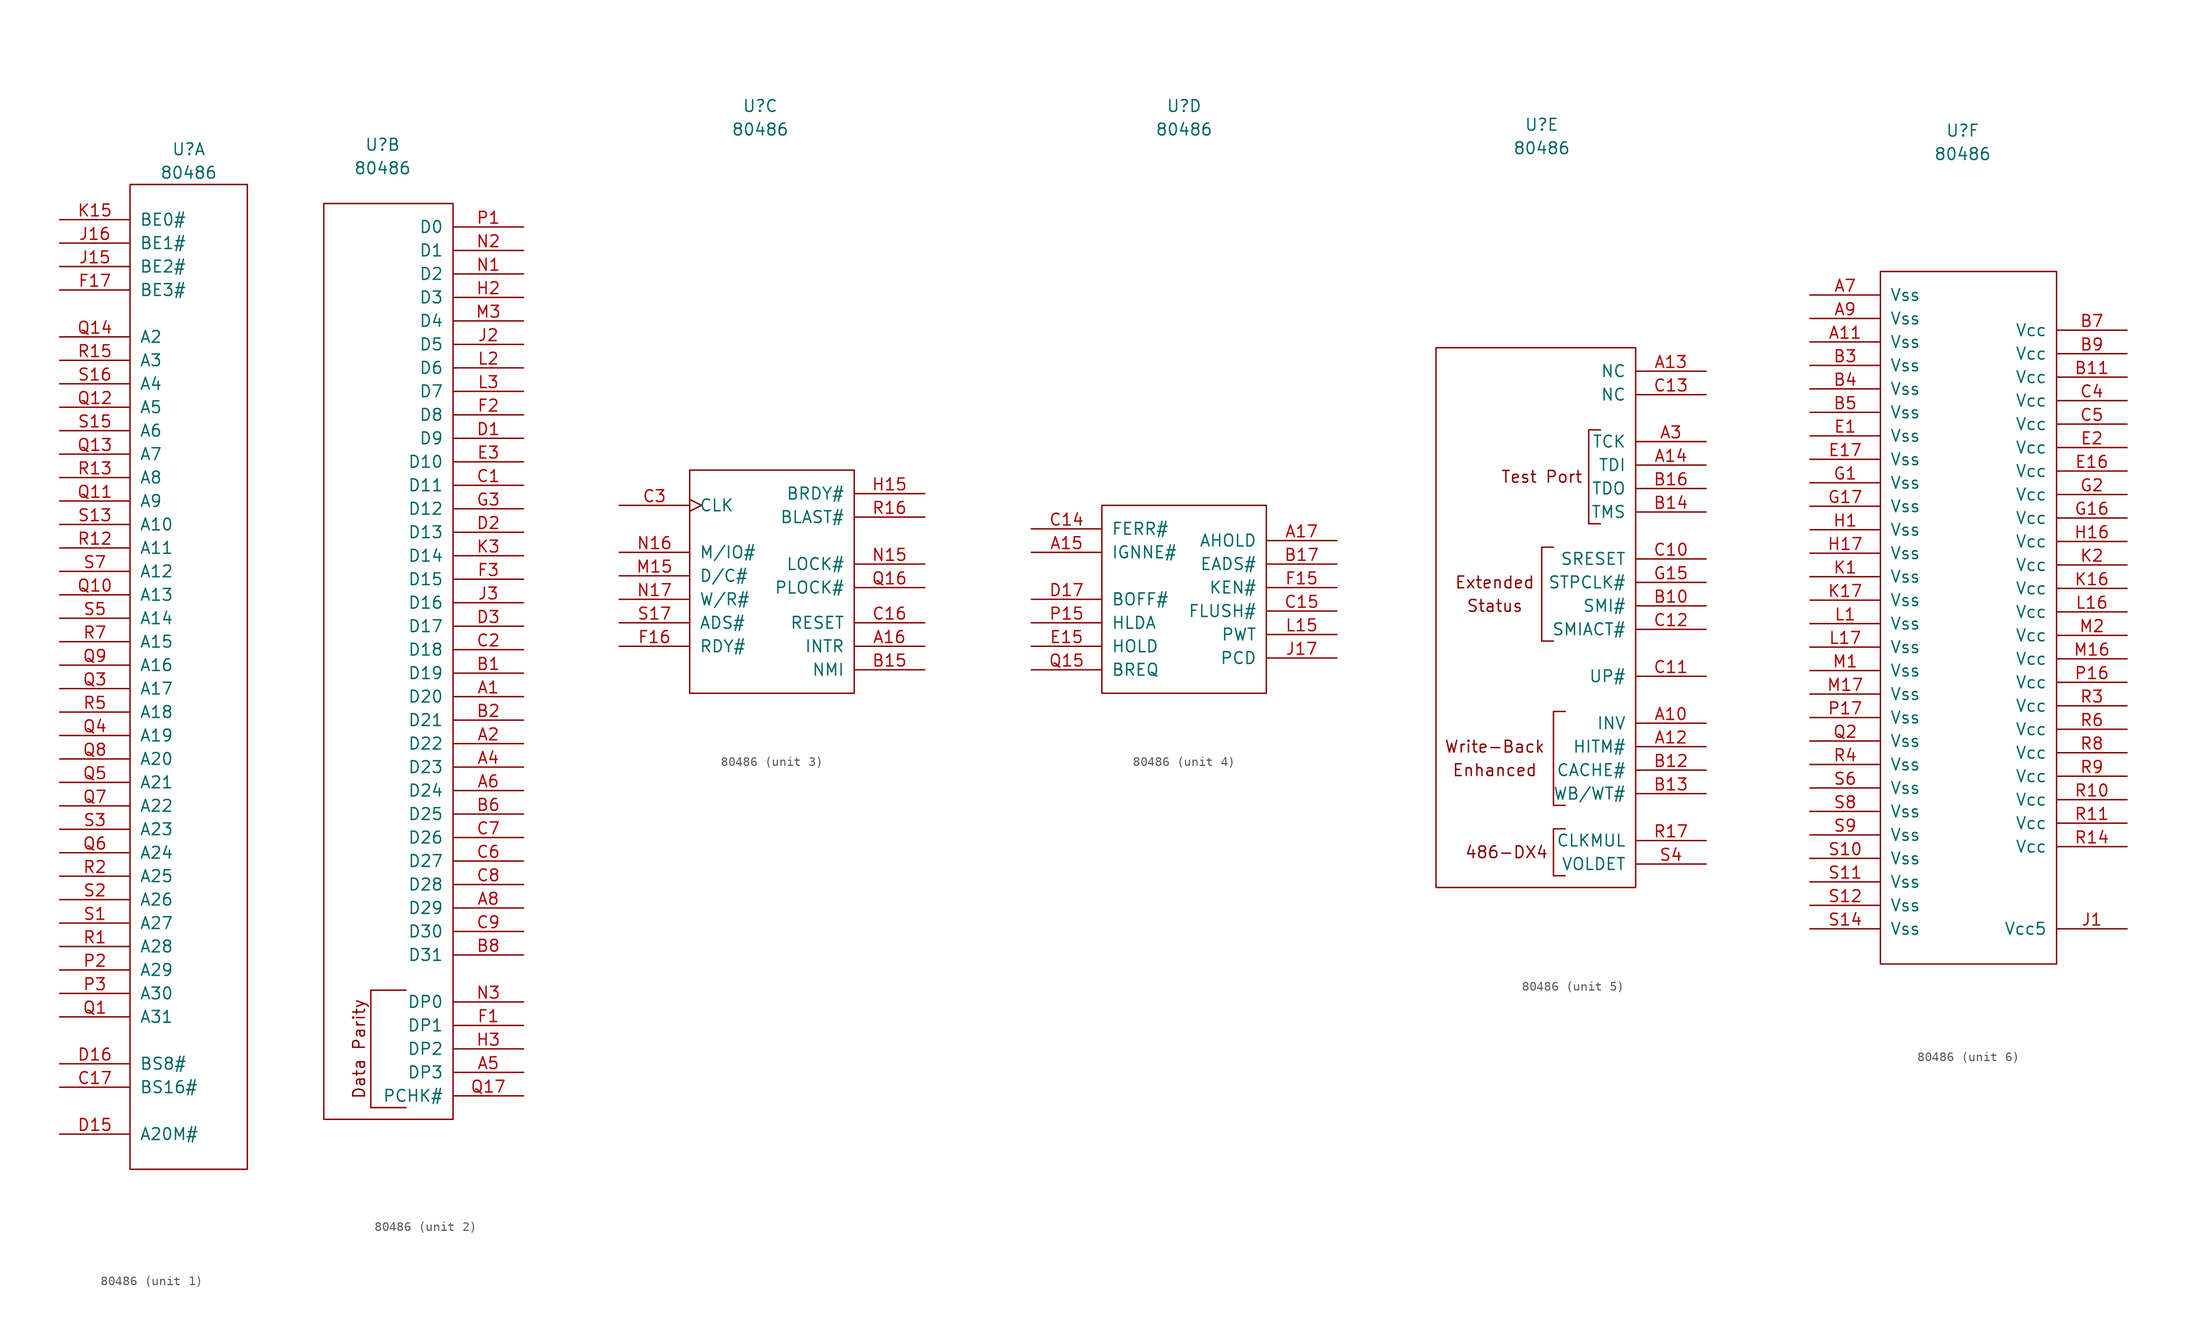
<source format=kicad_sym>
(kicad_symbol_lib
  (version 20211014)
  (generator kicad_symbol_editor)
  (symbol "80486"
    (pin_names
      (offset 1.016))
    (property "Reference" "U"
      (at 0 53.34 0)
      (effects (font (size 1.27 1.27))))
    (property "Value" "80486"
      (at 0 50.8 0)
      (effects (font (size 1.27 1.27))))
    (property "ki_locked" ""
      (at 0 0 0)
      (effects (font (size 1.27 1.27))))
    (symbol "80486_1_1"
      (rectangle (start -6.35 49.53) (end 6.35 -57.15) (stroke (width 0) (type default) (color 0 0 0 0)) (fill (type none)))
      (pin input line (at -13.97 -48.26 0) (length 7.62) (name "BS16#" (effects (font (size 1.27 1.27)))) (number "C17" (effects (font (size 1.27 1.27)))))
      (pin input line (at -13.97 -53.34 0) (length 7.62) (name "A20M#" (effects (font (size 1.27 1.27)))) (number "D15" (effects (font (size 1.27 1.27)))))
      (pin input line (at -13.97 -45.72 0) (length 7.62) (name "BS8#" (effects (font (size 1.27 1.27)))) (number "D16" (effects (font (size 1.27 1.27)))))
      (pin output line (at -13.97 38.1 0) (length 7.62) (name "BE3#" (effects (font (size 1.27 1.27)))) (number "F17" (effects (font (size 1.27 1.27)))))
      (pin output line (at -13.97 40.64 0) (length 7.62) (name "BE2#" (effects (font (size 1.27 1.27)))) (number "J15" (effects (font (size 1.27 1.27)))))
      (pin output line (at -13.97 43.18 0) (length 7.62) (name "BE1#" (effects (font (size 1.27 1.27)))) (number "J16" (effects (font (size 1.27 1.27)))))
      (pin output line (at -13.97 45.72 0) (length 7.62) (name "BE0#" (effects (font (size 1.27 1.27)))) (number "K15" (effects (font (size 1.27 1.27)))))
      (pin bidirectional line (at -13.97 -35.56 0) (length 7.62) (name "A29" (effects (font (size 1.27 1.27)))) (number "P2" (effects (font (size 1.27 1.27)))))
      (pin bidirectional line (at -13.97 -38.1 0) (length 7.62) (name "A30" (effects (font (size 1.27 1.27)))) (number "P3" (effects (font (size 1.27 1.27)))))
      (pin bidirectional line (at -13.97 -40.64 0) (length 7.62) (name "A31" (effects (font (size 1.27 1.27)))) (number "Q1" (effects (font (size 1.27 1.27)))))
      (pin bidirectional line (at -13.97 5.08 0) (length 7.62) (name "A13" (effects (font (size 1.27 1.27)))) (number "Q10" (effects (font (size 1.27 1.27)))))
      (pin bidirectional line (at -13.97 15.24 0) (length 7.62) (name "A9" (effects (font (size 1.27 1.27)))) (number "Q11" (effects (font (size 1.27 1.27)))))
      (pin bidirectional line (at -13.97 25.4 0) (length 7.62) (name "A5" (effects (font (size 1.27 1.27)))) (number "Q12" (effects (font (size 1.27 1.27)))))
      (pin bidirectional line (at -13.97 20.32 0) (length 7.62) (name "A7" (effects (font (size 1.27 1.27)))) (number "Q13" (effects (font (size 1.27 1.27)))))
      (pin output line (at -13.97 33.02 0) (length 7.62) (name "A2" (effects (font (size 1.27 1.27)))) (number "Q14" (effects (font (size 1.27 1.27)))))
      (pin bidirectional line (at -13.97 -5.08 0) (length 7.62) (name "A17" (effects (font (size 1.27 1.27)))) (number "Q3" (effects (font (size 1.27 1.27)))))
      (pin bidirectional line (at -13.97 -10.16 0) (length 7.62) (name "A19" (effects (font (size 1.27 1.27)))) (number "Q4" (effects (font (size 1.27 1.27)))))
      (pin bidirectional line (at -13.97 -15.24 0) (length 7.62) (name "A21" (effects (font (size 1.27 1.27)))) (number "Q5" (effects (font (size 1.27 1.27)))))
      (pin bidirectional line (at -13.97 -22.86 0) (length 7.62) (name "A24" (effects (font (size 1.27 1.27)))) (number "Q6" (effects (font (size 1.27 1.27)))))
      (pin bidirectional line (at -13.97 -17.78 0) (length 7.62) (name "A22" (effects (font (size 1.27 1.27)))) (number "Q7" (effects (font (size 1.27 1.27)))))
      (pin bidirectional line (at -13.97 -12.7 0) (length 7.62) (name "A20" (effects (font (size 1.27 1.27)))) (number "Q8" (effects (font (size 1.27 1.27)))))
      (pin bidirectional line (at -13.97 -2.54 0) (length 7.62) (name "A16" (effects (font (size 1.27 1.27)))) (number "Q9" (effects (font (size 1.27 1.27)))))
      (pin bidirectional line (at -13.97 -33.02 0) (length 7.62) (name "A28" (effects (font (size 1.27 1.27)))) (number "R1" (effects (font (size 1.27 1.27)))))
      (pin bidirectional line (at -13.97 10.16 0) (length 7.62) (name "A11" (effects (font (size 1.27 1.27)))) (number "R12" (effects (font (size 1.27 1.27)))))
      (pin bidirectional line (at -13.97 17.78 0) (length 7.62) (name "A8" (effects (font (size 1.27 1.27)))) (number "R13" (effects (font (size 1.27 1.27)))))
      (pin output line (at -13.97 30.48 0) (length 7.62) (name "A3" (effects (font (size 1.27 1.27)))) (number "R15" (effects (font (size 1.27 1.27)))))
      (pin bidirectional line (at -13.97 -25.4 0) (length 7.62) (name "A25" (effects (font (size 1.27 1.27)))) (number "R2" (effects (font (size 1.27 1.27)))))
      (pin bidirectional line (at -13.97 -7.62 0) (length 7.62) (name "A18" (effects (font (size 1.27 1.27)))) (number "R5" (effects (font (size 1.27 1.27)))))
      (pin bidirectional line (at -13.97 0 0) (length 7.62) (name "A15" (effects (font (size 1.27 1.27)))) (number "R7" (effects (font (size 1.27 1.27)))))
      (pin bidirectional line (at -13.97 -30.48 0) (length 7.62) (name "A27" (effects (font (size 1.27 1.27)))) (number "S1" (effects (font (size 1.27 1.27)))))
      (pin bidirectional line (at -13.97 12.7 0) (length 7.62) (name "A10" (effects (font (size 1.27 1.27)))) (number "S13" (effects (font (size 1.27 1.27)))))
      (pin bidirectional line (at -13.97 22.86 0) (length 7.62) (name "A6" (effects (font (size 1.27 1.27)))) (number "S15" (effects (font (size 1.27 1.27)))))
      (pin bidirectional line (at -13.97 27.94 0) (length 7.62) (name "A4" (effects (font (size 1.27 1.27)))) (number "S16" (effects (font (size 1.27 1.27)))))
      (pin bidirectional line (at -13.97 -27.94 0) (length 7.62) (name "A26" (effects (font (size 1.27 1.27)))) (number "S2" (effects (font (size 1.27 1.27)))))
      (pin bidirectional line (at -13.97 -20.32 0) (length 7.62) (name "A23" (effects (font (size 1.27 1.27)))) (number "S3" (effects (font (size 1.27 1.27)))))
      (pin bidirectional line (at -13.97 2.54 0) (length 7.62) (name "A14" (effects (font (size 1.27 1.27)))) (number "S5" (effects (font (size 1.27 1.27)))))
      (pin bidirectional line (at -13.97 7.62 0) (length 7.62) (name "A12" (effects (font (size 1.27 1.27)))) (number "S7" (effects (font (size 1.27 1.27))))))
    (symbol "80486_2_1"
      (polyline (pts (xy 2.54 -38.1) (xy -1.27 -38.1) (xy -1.27 -50.8) (xy 2.54 -50.8)) (stroke (width 0) (type default) (color 0 0 0 0)) (fill (type none)))
      (rectangle (start 7.62 46.99) (end -6.35 -52.07) (stroke (width 0) (type default) (color 0 0 0 0)) (fill (type none)))
      (text "Data Parity" (at -2.54 -44.45 900) (effects (font (size 1.27 1.27))))
      (pin bidirectional line (at 15.24 -6.35 180) (length 7.62) (name "D20" (effects (font (size 1.27 1.27)))) (number "A1" (effects (font (size 1.27 1.27)))))
      (pin bidirectional line (at 15.24 -11.43 180) (length 7.62) (name "D22" (effects (font (size 1.27 1.27)))) (number "A2" (effects (font (size 1.27 1.27)))))
      (pin bidirectional line (at 15.24 -13.97 180) (length 7.62) (name "D23" (effects (font (size 1.27 1.27)))) (number "A4" (effects (font (size 1.27 1.27)))))
      (pin bidirectional line (at 15.24 -46.99 180) (length 7.62) (name "DP3" (effects (font (size 1.27 1.27)))) (number "A5" (effects (font (size 1.27 1.27)))))
      (pin bidirectional line (at 15.24 -16.51 180) (length 7.62) (name "D24" (effects (font (size 1.27 1.27)))) (number "A6" (effects (font (size 1.27 1.27)))))
      (pin bidirectional line (at 15.24 -29.21 180) (length 7.62) (name "D29" (effects (font (size 1.27 1.27)))) (number "A8" (effects (font (size 1.27 1.27)))))
      (pin bidirectional line (at 15.24 -3.81 180) (length 7.62) (name "D19" (effects (font (size 1.27 1.27)))) (number "B1" (effects (font (size 1.27 1.27)))))
      (pin bidirectional line (at 15.24 -8.89 180) (length 7.62) (name "D21" (effects (font (size 1.27 1.27)))) (number "B2" (effects (font (size 1.27 1.27)))))
      (pin bidirectional line (at 15.24 -19.05 180) (length 7.62) (name "D25" (effects (font (size 1.27 1.27)))) (number "B6" (effects (font (size 1.27 1.27)))))
      (pin bidirectional line (at 15.24 -34.29 180) (length 7.62) (name "D31" (effects (font (size 1.27 1.27)))) (number "B8" (effects (font (size 1.27 1.27)))))
      (pin bidirectional line (at 15.24 16.51 180) (length 7.62) (name "D11" (effects (font (size 1.27 1.27)))) (number "C1" (effects (font (size 1.27 1.27)))))
      (pin bidirectional line (at 15.24 -1.27 180) (length 7.62) (name "D18" (effects (font (size 1.27 1.27)))) (number "C2" (effects (font (size 1.27 1.27)))))
      (pin bidirectional line (at 15.24 -24.13 180) (length 7.62) (name "D27" (effects (font (size 1.27 1.27)))) (number "C6" (effects (font (size 1.27 1.27)))))
      (pin bidirectional line (at 15.24 -21.59 180) (length 7.62) (name "D26" (effects (font (size 1.27 1.27)))) (number "C7" (effects (font (size 1.27 1.27)))))
      (pin bidirectional line (at 15.24 -26.67 180) (length 7.62) (name "D28" (effects (font (size 1.27 1.27)))) (number "C8" (effects (font (size 1.27 1.27)))))
      (pin bidirectional line (at 15.24 -31.75 180) (length 7.62) (name "D30" (effects (font (size 1.27 1.27)))) (number "C9" (effects (font (size 1.27 1.27)))))
      (pin bidirectional line (at 15.24 21.59 180) (length 7.62) (name "D9" (effects (font (size 1.27 1.27)))) (number "D1" (effects (font (size 1.27 1.27)))))
      (pin bidirectional line (at 15.24 11.43 180) (length 7.62) (name "D13" (effects (font (size 1.27 1.27)))) (number "D2" (effects (font (size 1.27 1.27)))))
      (pin bidirectional line (at 15.24 1.27 180) (length 7.62) (name "D17" (effects (font (size 1.27 1.27)))) (number "D3" (effects (font (size 1.27 1.27)))))
      (pin bidirectional line (at 15.24 19.05 180) (length 7.62) (name "D10" (effects (font (size 1.27 1.27)))) (number "E3" (effects (font (size 1.27 1.27)))))
      (pin bidirectional line (at 15.24 -41.91 180) (length 7.62) (name "DP1" (effects (font (size 1.27 1.27)))) (number "F1" (effects (font (size 1.27 1.27)))))
      (pin bidirectional line (at 15.24 24.13 180) (length 7.62) (name "D8" (effects (font (size 1.27 1.27)))) (number "F2" (effects (font (size 1.27 1.27)))))
      (pin bidirectional line (at 15.24 6.35 180) (length 7.62) (name "D15" (effects (font (size 1.27 1.27)))) (number "F3" (effects (font (size 1.27 1.27)))))
      (pin bidirectional line (at 15.24 13.97 180) (length 7.62) (name "D12" (effects (font (size 1.27 1.27)))) (number "G3" (effects (font (size 1.27 1.27)))))
      (pin bidirectional line (at 15.24 36.83 180) (length 7.62) (name "D3" (effects (font (size 1.27 1.27)))) (number "H2" (effects (font (size 1.27 1.27)))))
      (pin bidirectional line (at 15.24 -44.45 180) (length 7.62) (name "DP2" (effects (font (size 1.27 1.27)))) (number "H3" (effects (font (size 1.27 1.27)))))
      (pin bidirectional line (at 15.24 31.75 180) (length 7.62) (name "D5" (effects (font (size 1.27 1.27)))) (number "J2" (effects (font (size 1.27 1.27)))))
      (pin bidirectional line (at 15.24 3.81 180) (length 7.62) (name "D16" (effects (font (size 1.27 1.27)))) (number "J3" (effects (font (size 1.27 1.27)))))
      (pin bidirectional line (at 15.24 8.89 180) (length 7.62) (name "D14" (effects (font (size 1.27 1.27)))) (number "K3" (effects (font (size 1.27 1.27)))))
      (pin bidirectional line (at 15.24 29.21 180) (length 7.62) (name "D6" (effects (font (size 1.27 1.27)))) (number "L2" (effects (font (size 1.27 1.27)))))
      (pin bidirectional line (at 15.24 26.67 180) (length 7.62) (name "D7" (effects (font (size 1.27 1.27)))) (number "L3" (effects (font (size 1.27 1.27)))))
      (pin bidirectional line (at 15.24 34.29 180) (length 7.62) (name "D4" (effects (font (size 1.27 1.27)))) (number "M3" (effects (font (size 1.27 1.27)))))
      (pin bidirectional line (at 15.24 39.37 180) (length 7.62) (name "D2" (effects (font (size 1.27 1.27)))) (number "N1" (effects (font (size 1.27 1.27)))))
      (pin bidirectional line (at 15.24 41.91 180) (length 7.62) (name "D1" (effects (font (size 1.27 1.27)))) (number "N2" (effects (font (size 1.27 1.27)))))
      (pin bidirectional line (at 15.24 -39.37 180) (length 7.62) (name "DP0" (effects (font (size 1.27 1.27)))) (number "N3" (effects (font (size 1.27 1.27)))))
      (pin bidirectional line (at 15.24 44.45 180) (length 7.62) (name "D0" (effects (font (size 1.27 1.27)))) (number "P1" (effects (font (size 1.27 1.27)))))
      (pin output line (at 15.24 -49.53 180) (length 7.62) (name "PCHK#" (effects (font (size 1.27 1.27)))) (number "Q17" (effects (font (size 1.27 1.27))))))
    (symbol "80486_3_1"
      (rectangle (start -7.62 13.97) (end 10.16 -10.16) (stroke (width 0) (type default) (color 0 0 0 0)) (fill (type none)))
      (pin input line (at 17.78 -5.08 180) (length 7.62) (name "INTR" (effects (font (size 1.27 1.27)))) (number "A16" (effects (font (size 1.27 1.27)))))
      (pin input line (at 17.78 -7.62 180) (length 7.62) (name "NMI" (effects (font (size 1.27 1.27)))) (number "B15" (effects (font (size 1.27 1.27)))))
      (pin input line (at 17.78 -2.54 180) (length 7.62) (name "RESET" (effects (font (size 1.27 1.27)))) (number "C16" (effects (font (size 1.27 1.27)))))
      (pin input clock (at -15.24 10.16 0) (length 7.62) (name "CLK" (effects (font (size 1.27 1.27)))) (number "C3" (effects (font (size 1.27 1.27)))))
      (pin input line (at -15.24 -5.08 0) (length 7.62) (name "RDY#" (effects (font (size 1.27 1.27)))) (number "F16" (effects (font (size 1.27 1.27)))))
      (pin input line (at 17.78 11.43 180) (length 7.62) (name "BRDY#" (effects (font (size 1.27 1.27)))) (number "H15" (effects (font (size 1.27 1.27)))))
      (pin output line (at -15.24 2.54 0) (length 7.62) (name "D/C#" (effects (font (size 1.27 1.27)))) (number "M15" (effects (font (size 1.27 1.27)))))
      (pin output line (at 17.78 3.81 180) (length 7.62) (name "LOCK#" (effects (font (size 1.27 1.27)))) (number "N15" (effects (font (size 1.27 1.27)))))
      (pin output line (at -15.24 5.08 0) (length 7.62) (name "M/IO#" (effects (font (size 1.27 1.27)))) (number "N16" (effects (font (size 1.27 1.27)))))
      (pin output line (at -15.24 0 0) (length 7.62) (name "W/R#" (effects (font (size 1.27 1.27)))) (number "N17" (effects (font (size 1.27 1.27)))))
      (pin output line (at 17.78 1.27 180) (length 7.62) (name "PLOCK#" (effects (font (size 1.27 1.27)))) (number "Q16" (effects (font (size 1.27 1.27)))))
      (pin output line (at 17.78 8.89 180) (length 7.62) (name "BLAST#" (effects (font (size 1.27 1.27)))) (number "R16" (effects (font (size 1.27 1.27)))))
      (pin output line (at -15.24 -2.54 0) (length 7.62) (name "ADS#" (effects (font (size 1.27 1.27)))) (number "S17" (effects (font (size 1.27 1.27))))))
    (symbol "80486_4_1"
      (rectangle (start -8.89 10.16) (end 8.89 -10.16) (stroke (width 0) (type default) (color 0 0 0 0)) (fill (type none)))
      (pin input line (at -16.51 5.08 0) (length 7.62) (name "IGNNE#" (effects (font (size 1.27 1.27)))) (number "A15" (effects (font (size 1.27 1.27)))))
      (pin input line (at 16.51 6.35 180) (length 7.62) (name "AHOLD" (effects (font (size 1.27 1.27)))) (number "A17" (effects (font (size 1.27 1.27)))))
      (pin input line (at 16.51 3.81 180) (length 7.62) (name "EADS#" (effects (font (size 1.27 1.27)))) (number "B17" (effects (font (size 1.27 1.27)))))
      (pin output line (at -16.51 7.62 0) (length 7.62) (name "FERR#" (effects (font (size 1.27 1.27)))) (number "C14" (effects (font (size 1.27 1.27)))))
      (pin input line (at 16.51 -1.27 180) (length 7.62) (name "FLUSH#" (effects (font (size 1.27 1.27)))) (number "C15" (effects (font (size 1.27 1.27)))))
      (pin input line (at -16.51 0 0) (length 7.62) (name "BOFF#" (effects (font (size 1.27 1.27)))) (number "D17" (effects (font (size 1.27 1.27)))))
      (pin input line (at -16.51 -5.08 0) (length 7.62) (name "HOLD" (effects (font (size 1.27 1.27)))) (number "E15" (effects (font (size 1.27 1.27)))))
      (pin input line (at 16.51 1.27 180) (length 7.62) (name "KEN#" (effects (font (size 1.27 1.27)))) (number "F15" (effects (font (size 1.27 1.27)))))
      (pin output line (at 16.51 -6.35 180) (length 7.62) (name "PCD" (effects (font (size 1.27 1.27)))) (number "J17" (effects (font (size 1.27 1.27)))))
      (pin output line (at 16.51 -3.81 180) (length 7.62) (name "PWT" (effects (font (size 1.27 1.27)))) (number "L15" (effects (font (size 1.27 1.27)))))
      (pin output line (at -16.51 -2.54 0) (length 7.62) (name "HLDA" (effects (font (size 1.27 1.27)))) (number "P15" (effects (font (size 1.27 1.27)))))
      (pin output line (at -16.51 -7.62 0) (length 7.62) (name "BREQ" (effects (font (size 1.27 1.27)))) (number "Q15" (effects (font (size 1.27 1.27))))))
    (symbol "80486_5_0"
      (polyline (pts (xy 2.54 -22.86) (xy 1.27 -22.86) (xy 1.27 -27.94) (xy 2.54 -27.94)) (stroke (width 0.152) (type default) (color 0 0 0 0)) (fill (type none))))
    (symbol "80486_5_1"
      (rectangle (start -11.43 29.21) (end 10.16 -29.21) (stroke (width 0) (type default) (color 0 0 0 0)) (fill (type none)))
      (polyline (pts (xy 1.27 -2.54) (xy 0 -2.54) (xy 0 7.62) (xy 1.27 7.62)) (stroke (width 0.152) (type default) (color 0 0 0 0)) (fill (type none)))
      (polyline (pts (xy 2.54 -20.32) (xy 1.27 -20.32) (xy 1.27 -10.16) (xy 2.54 -10.16)) (stroke (width 0.152) (type default) (color 0 0 0 0)) (fill (type none)))
      (polyline (pts (xy 6.35 10.16) (xy 5.08 10.16) (xy 5.08 20.32) (xy 6.35 20.32)) (stroke (width 0.152) (type default) (color 0 0 0 0)) (fill (type none)))
      (text "486-DX4" (at -3.81 -25.4 0) (effects (font (size 1.27 1.27))))
      (text "Enhanced" (at -5.08 -16.51 0) (effects (font (size 1.27 1.27))))
      (text "Extended" (at -5.08 3.81 0) (effects (font (size 1.27 1.27))))
      (text "Status" (at -5.08 1.27 0) (effects (font (size 1.27 1.27))))
      (text "Test Port" (at 0 15.24 0) (effects (font (size 1.27 1.27))))
      (text "Write-Back" (at -5.08 -13.97 0) (effects (font (size 1.27 1.27))))
      (pin input line (at 17.78 -11.43 180) (length 7.62) (name "INV" (effects (font (size 1.27 1.27)))) (number "A10" (effects (font (size 1.27 1.27)))))
      (pin output line (at 17.78 -13.97 180) (length 7.62) (name "HITM#" (effects (font (size 1.27 1.27)))) (number "A12" (effects (font (size 1.27 1.27)))))
      (pin bidirectional line (at 17.78 26.67 180) (length 7.62) (name "NC" (effects (font (size 1.27 1.27)))) (number "A13" (effects (font (size 1.27 1.27)))))
      (pin input line (at 17.78 16.51 180) (length 7.62) (name "TDI" (effects (font (size 1.27 1.27)))) (number "A14" (effects (font (size 1.27 1.27)))))
      (pin input line (at 17.78 19.05 180) (length 7.62) (name "TCK" (effects (font (size 1.27 1.27)))) (number "A3" (effects (font (size 1.27 1.27)))))
      (pin input line (at 17.78 1.27 180) (length 7.62) (name "SMI#" (effects (font (size 1.27 1.27)))) (number "B10" (effects (font (size 1.27 1.27)))))
      (pin output line (at 17.78 -16.51 180) (length 7.62) (name "CACHE#" (effects (font (size 1.27 1.27)))) (number "B12" (effects (font (size 1.27 1.27)))))
      (pin input line (at 17.78 -19.05 180) (length 7.62) (name "WB/WT#" (effects (font (size 1.27 1.27)))) (number "B13" (effects (font (size 1.27 1.27)))))
      (pin input line (at 17.78 11.43 180) (length 7.62) (name "TMS" (effects (font (size 1.27 1.27)))) (number "B14" (effects (font (size 1.27 1.27)))))
      (pin output line (at 17.78 13.97 180) (length 7.62) (name "TDO" (effects (font (size 1.27 1.27)))) (number "B16" (effects (font (size 1.27 1.27)))))
      (pin input line (at 17.78 6.35 180) (length 7.62) (name "SRESET" (effects (font (size 1.27 1.27)))) (number "C10" (effects (font (size 1.27 1.27)))))
      (pin input line (at 17.78 -6.35 180) (length 7.62) (name "UP#" (effects (font (size 1.27 1.27)))) (number "C11" (effects (font (size 1.27 1.27)))))
      (pin output line (at 17.78 -1.27 180) (length 7.62) (name "SMIACT#" (effects (font (size 1.27 1.27)))) (number "C12" (effects (font (size 1.27 1.27)))))
      (pin bidirectional line (at 17.78 24.13 180) (length 7.62) (name "NC" (effects (font (size 1.27 1.27)))) (number "C13" (effects (font (size 1.27 1.27)))))
      (pin no_connect line (at 0 -30.48 90) (length 7.62) hide (name "Key" (effects (font (size 1.27 1.27)))) (number "D4" (effects (font (size 1.27 1.27)))))
      (pin input line (at 17.78 3.81 180) (length 7.62) (name "STPCLK#" (effects (font (size 1.27 1.27)))) (number "G15" (effects (font (size 1.27 1.27)))))
      (pin input line (at 17.78 -24.13 180) (length 7.62) (name "CLKMUL" (effects (font (size 1.27 1.27)))) (number "R17" (effects (font (size 1.27 1.27)))))
      (pin output line (at 17.78 -26.67 180) (length 7.62) (name "VOLDET" (effects (font (size 1.27 1.27)))) (number "S4" (effects (font (size 1.27 1.27))))))
    (symbol "80486_6_1"
      (rectangle (start -8.89 38.1) (end 10.16 -36.83) (stroke (width 0) (type default) (color 0 0 0 0)) (fill (type none)))
      (pin power_in line (at -16.51 30.48 0) (length 7.62) (name "Vss" (effects (font (size 1.27 1.27)))) (number "A11" (effects (font (size 1.27 1.27)))))
      (pin power_in line (at -16.51 35.56 0) (length 7.62) (name "Vss" (effects (font (size 1.27 1.27)))) (number "A7" (effects (font (size 1.27 1.27)))))
      (pin power_in line (at -16.51 33.02 0) (length 7.62) (name "Vss" (effects (font (size 1.27 1.27)))) (number "A9" (effects (font (size 1.27 1.27)))))
      (pin power_in line (at 17.78 26.67 180) (length 7.62) (name "Vcc" (effects (font (size 1.27 1.27)))) (number "B11" (effects (font (size 1.27 1.27)))))
      (pin power_in line (at -16.51 27.94 0) (length 7.62) (name "Vss" (effects (font (size 1.27 1.27)))) (number "B3" (effects (font (size 1.27 1.27)))))
      (pin power_in line (at -16.51 25.4 0) (length 7.62) (name "Vss" (effects (font (size 1.27 1.27)))) (number "B4" (effects (font (size 1.27 1.27)))))
      (pin power_in line (at -16.51 22.86 0) (length 7.62) (name "Vss" (effects (font (size 1.27 1.27)))) (number "B5" (effects (font (size 1.27 1.27)))))
      (pin power_in line (at 17.78 31.75 180) (length 7.62) (name "Vcc" (effects (font (size 1.27 1.27)))) (number "B7" (effects (font (size 1.27 1.27)))))
      (pin power_in line (at 17.78 29.21 180) (length 7.62) (name "Vcc" (effects (font (size 1.27 1.27)))) (number "B9" (effects (font (size 1.27 1.27)))))
      (pin power_in line (at 17.78 24.13 180) (length 7.62) (name "Vcc" (effects (font (size 1.27 1.27)))) (number "C4" (effects (font (size 1.27 1.27)))))
      (pin power_in line (at 17.78 21.59 180) (length 7.62) (name "Vcc" (effects (font (size 1.27 1.27)))) (number "C5" (effects (font (size 1.27 1.27)))))
      (pin power_in line (at -16.51 20.32 0) (length 7.62) (name "Vss" (effects (font (size 1.27 1.27)))) (number "E1" (effects (font (size 1.27 1.27)))))
      (pin power_in line (at 17.78 16.51 180) (length 7.62) (name "Vcc" (effects (font (size 1.27 1.27)))) (number "E16" (effects (font (size 1.27 1.27)))))
      (pin power_in line (at -16.51 17.78 0) (length 7.62) (name "Vss" (effects (font (size 1.27 1.27)))) (number "E17" (effects (font (size 1.27 1.27)))))
      (pin power_in line (at 17.78 19.05 180) (length 7.62) (name "Vcc" (effects (font (size 1.27 1.27)))) (number "E2" (effects (font (size 1.27 1.27)))))
      (pin power_in line (at -16.51 15.24 0) (length 7.62) (name "Vss" (effects (font (size 1.27 1.27)))) (number "G1" (effects (font (size 1.27 1.27)))))
      (pin power_in line (at 17.78 11.43 180) (length 7.62) (name "Vcc" (effects (font (size 1.27 1.27)))) (number "G16" (effects (font (size 1.27 1.27)))))
      (pin power_in line (at -16.51 12.7 0) (length 7.62) (name "Vss" (effects (font (size 1.27 1.27)))) (number "G17" (effects (font (size 1.27 1.27)))))
      (pin power_in line (at 17.78 13.97 180) (length 7.62) (name "Vcc" (effects (font (size 1.27 1.27)))) (number "G2" (effects (font (size 1.27 1.27)))))
      (pin power_in line (at -16.51 10.16 0) (length 7.62) (name "Vss" (effects (font (size 1.27 1.27)))) (number "H1" (effects (font (size 1.27 1.27)))))
      (pin power_in line (at 17.78 8.89 180) (length 7.62) (name "Vcc" (effects (font (size 1.27 1.27)))) (number "H16" (effects (font (size 1.27 1.27)))))
      (pin power_in line (at -16.51 7.62 0) (length 7.62) (name "Vss" (effects (font (size 1.27 1.27)))) (number "H17" (effects (font (size 1.27 1.27)))))
      (pin power_in line (at 17.78 -33.02 180) (length 7.62) (name "Vcc5" (effects (font (size 1.27 1.27)))) (number "J1" (effects (font (size 1.27 1.27)))))
      (pin power_in line (at -16.51 5.08 0) (length 7.62) (name "Vss" (effects (font (size 1.27 1.27)))) (number "K1" (effects (font (size 1.27 1.27)))))
      (pin power_in line (at 17.78 3.81 180) (length 7.62) (name "Vcc" (effects (font (size 1.27 1.27)))) (number "K16" (effects (font (size 1.27 1.27)))))
      (pin power_in line (at -16.51 2.54 0) (length 7.62) (name "Vss" (effects (font (size 1.27 1.27)))) (number "K17" (effects (font (size 1.27 1.27)))))
      (pin power_in line (at 17.78 6.35 180) (length 7.62) (name "Vcc" (effects (font (size 1.27 1.27)))) (number "K2" (effects (font (size 1.27 1.27)))))
      (pin power_in line (at -16.51 0 0) (length 7.62) (name "Vss" (effects (font (size 1.27 1.27)))) (number "L1" (effects (font (size 1.27 1.27)))))
      (pin power_in line (at 17.78 1.27 180) (length 7.62) (name "Vcc" (effects (font (size 1.27 1.27)))) (number "L16" (effects (font (size 1.27 1.27)))))
      (pin power_in line (at -16.51 -2.54 0) (length 7.62) (name "Vss" (effects (font (size 1.27 1.27)))) (number "L17" (effects (font (size 1.27 1.27)))))
      (pin power_in line (at -16.51 -5.08 0) (length 7.62) (name "Vss" (effects (font (size 1.27 1.27)))) (number "M1" (effects (font (size 1.27 1.27)))))
      (pin power_in line (at 17.78 -3.81 180) (length 7.62) (name "Vcc" (effects (font (size 1.27 1.27)))) (number "M16" (effects (font (size 1.27 1.27)))))
      (pin power_in line (at -16.51 -7.62 0) (length 7.62) (name "Vss" (effects (font (size 1.27 1.27)))) (number "M17" (effects (font (size 1.27 1.27)))))
      (pin power_in line (at 17.78 -1.27 180) (length 7.62) (name "Vcc" (effects (font (size 1.27 1.27)))) (number "M2" (effects (font (size 1.27 1.27)))))
      (pin power_in line (at 17.78 -6.35 180) (length 7.62) (name "Vcc" (effects (font (size 1.27 1.27)))) (number "P16" (effects (font (size 1.27 1.27)))))
      (pin power_in line (at -16.51 -10.16 0) (length 7.62) (name "Vss" (effects (font (size 1.27 1.27)))) (number "P17" (effects (font (size 1.27 1.27)))))
      (pin power_in line (at -16.51 -12.7 0) (length 7.62) (name "Vss" (effects (font (size 1.27 1.27)))) (number "Q2" (effects (font (size 1.27 1.27)))))
      (pin power_in line (at 17.78 -19.05 180) (length 7.62) (name "Vcc" (effects (font (size 1.27 1.27)))) (number "R10" (effects (font (size 1.27 1.27)))))
      (pin power_in line (at 17.78 -21.59 180) (length 7.62) (name "Vcc" (effects (font (size 1.27 1.27)))) (number "R11" (effects (font (size 1.27 1.27)))))
      (pin power_in line (at 17.78 -24.13 180) (length 7.62) (name "Vcc" (effects (font (size 1.27 1.27)))) (number "R14" (effects (font (size 1.27 1.27)))))
      (pin power_in line (at 17.78 -8.89 180) (length 7.62) (name "Vcc" (effects (font (size 1.27 1.27)))) (number "R3" (effects (font (size 1.27 1.27)))))
      (pin power_in line (at -16.51 -15.24 0) (length 7.62) (name "Vss" (effects (font (size 1.27 1.27)))) (number "R4" (effects (font (size 1.27 1.27)))))
      (pin power_in line (at 17.78 -11.43 180) (length 7.62) (name "Vcc" (effects (font (size 1.27 1.27)))) (number "R6" (effects (font (size 1.27 1.27)))))
      (pin power_in line (at 17.78 -13.97 180) (length 7.62) (name "Vcc" (effects (font (size 1.27 1.27)))) (number "R8" (effects (font (size 1.27 1.27)))))
      (pin power_in line (at 17.78 -16.51 180) (length 7.62) (name "Vcc" (effects (font (size 1.27 1.27)))) (number "R9" (effects (font (size 1.27 1.27)))))
      (pin power_in line (at -16.51 -25.4 0) (length 7.62) (name "Vss" (effects (font (size 1.27 1.27)))) (number "S10" (effects (font (size 1.27 1.27)))))
      (pin power_in line (at -16.51 -27.94 0) (length 7.62) (name "Vss" (effects (font (size 1.27 1.27)))) (number "S11" (effects (font (size 1.27 1.27)))))
      (pin power_in line (at -16.51 -30.48 0) (length 7.62) (name "Vss" (effects (font (size 1.27 1.27)))) (number "S12" (effects (font (size 1.27 1.27)))))
      (pin power_in line (at -16.51 -33.02 0) (length 7.62) (name "Vss" (effects (font (size 1.27 1.27)))) (number "S14" (effects (font (size 1.27 1.27)))))
      (pin power_in line (at -16.51 -17.78 0) (length 7.62) (name "Vss" (effects (font (size 1.27 1.27)))) (number "S6" (effects (font (size 1.27 1.27)))))
      (pin power_in line (at -16.51 -20.32 0) (length 7.62) (name "Vss" (effects (font (size 1.27 1.27)))) (number "S8" (effects (font (size 1.27 1.27)))))
      (pin power_in line (at -16.51 -22.86 0) (length 7.62) (name "Vss" (effects (font (size 1.27 1.27)))) (number "S9" (effects (font (size 1.27 1.27))))))))
</source>
